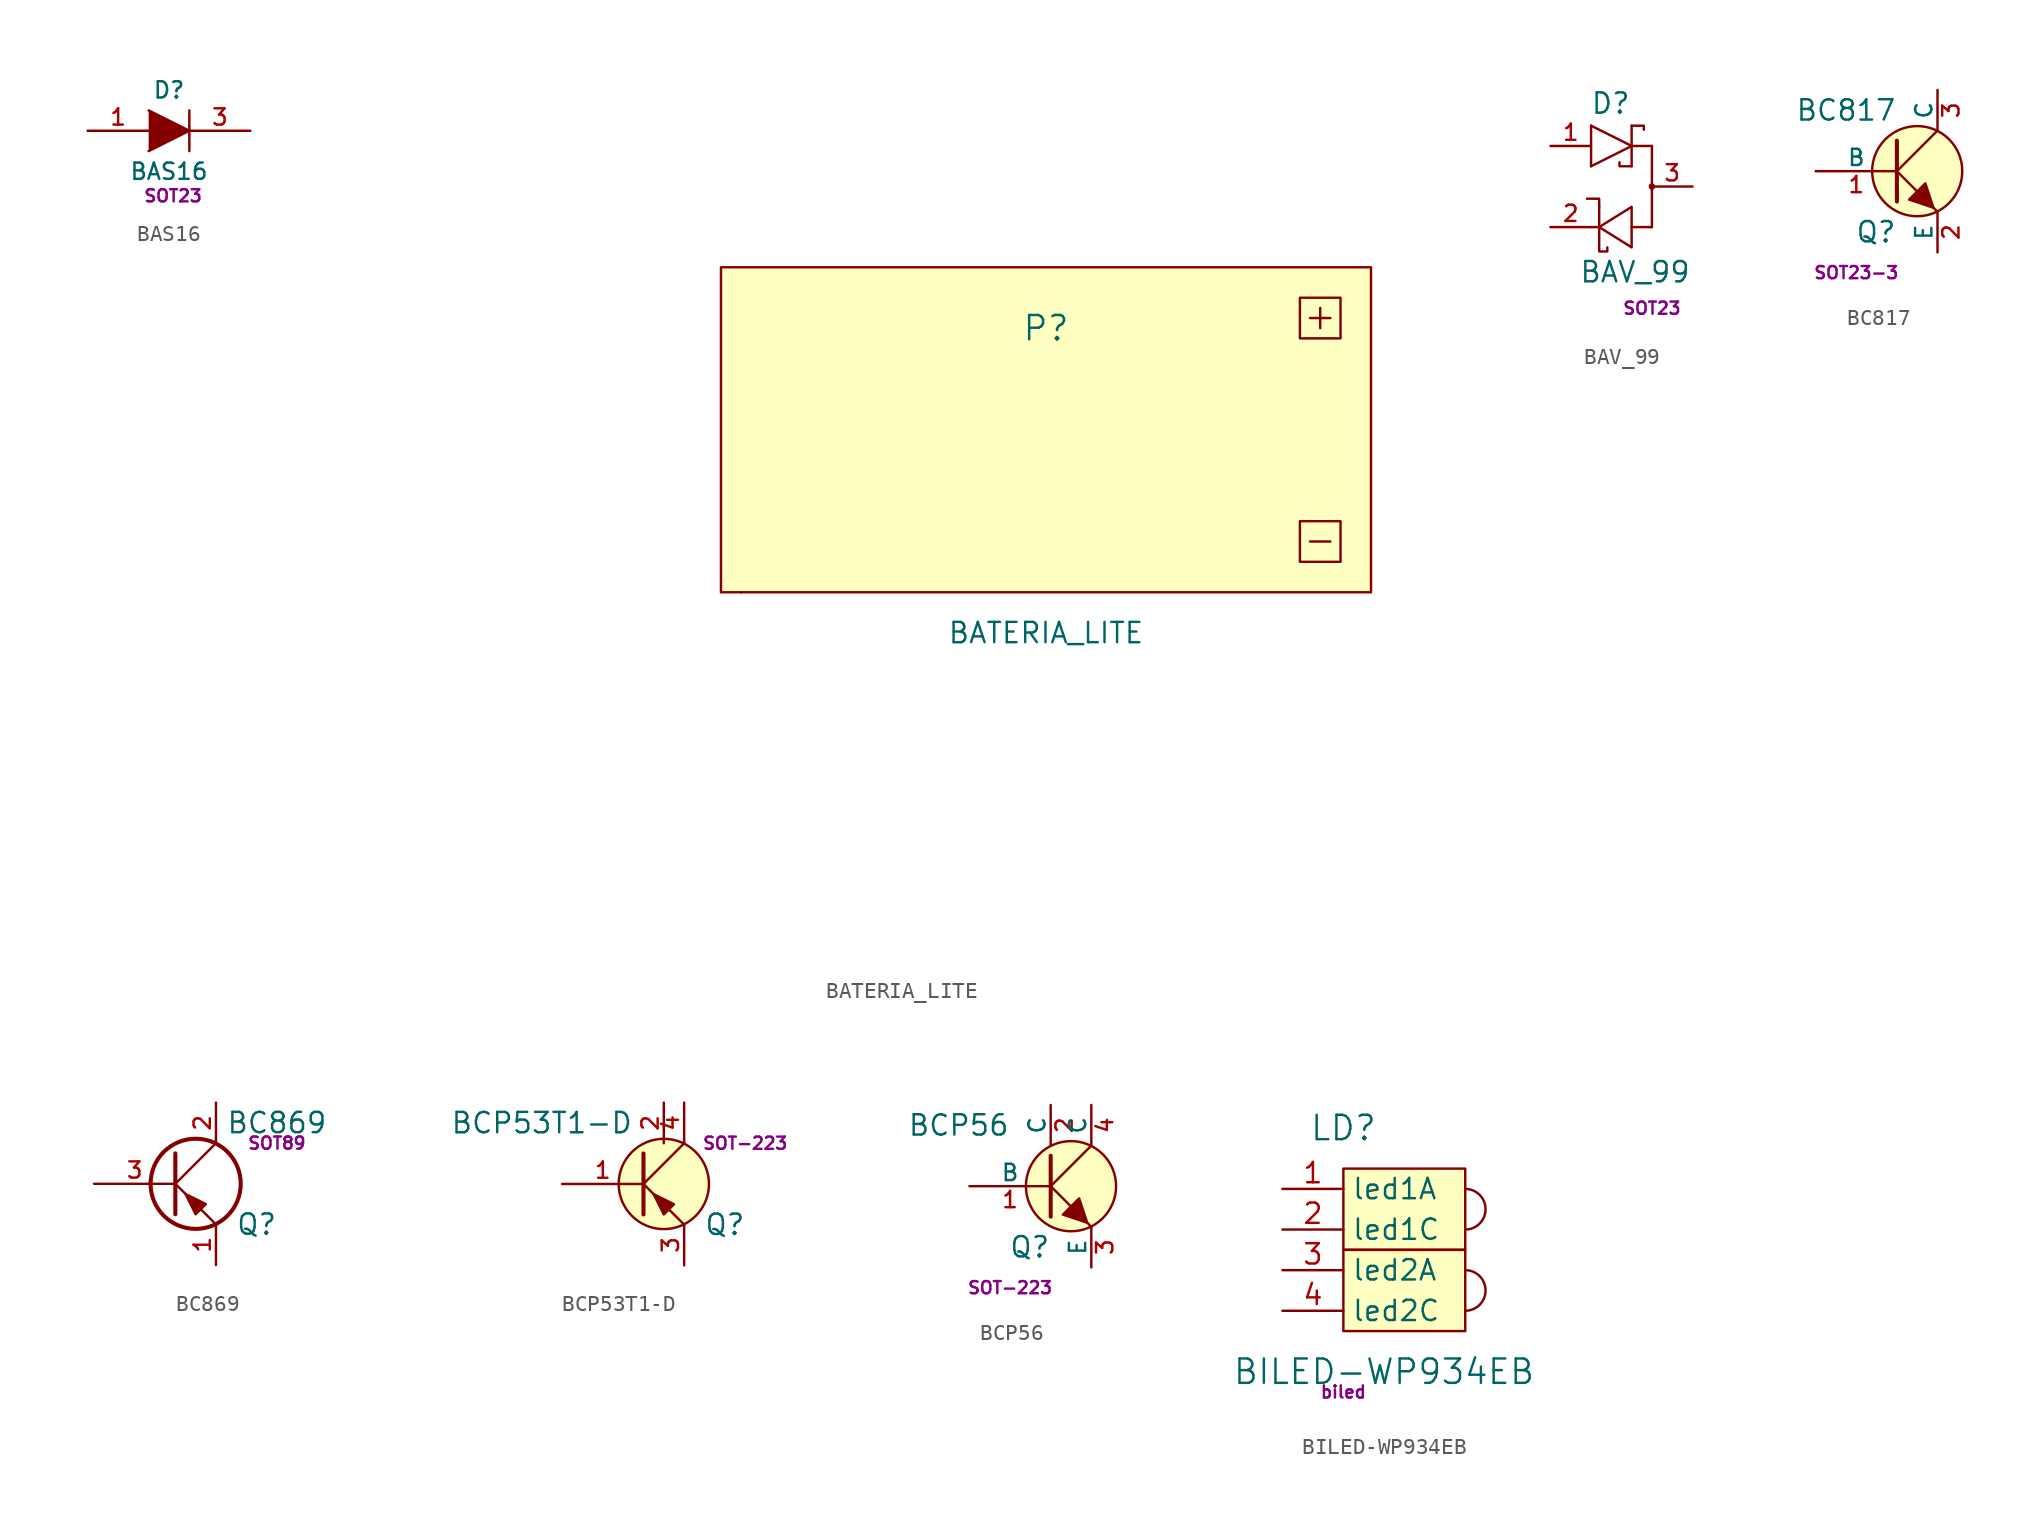
<source format=kicad_sym>
(kicad_symbol_lib
  (version 20220914)
  (generator kicad_symbol_editor)
  (symbol "BAS16"
    (pin_names
      (offset 1.016) hide)
    (property "Reference" "D"
      (at 0 2.54 0)
      (effects (font (size 1.016 1.016))))
    (property "Value" "BAS16"
      (at 0 -2.54 0)
      (effects (font (size 1.016 1.016))))
    (property "Footprint" "SOT23"
      (at 0.254 -4.064 0)
      (effects (font (size 0.762 0.762))))
    (property "Datasheet" ""
      (at 0 0 0)
      (effects (font (size 1.524 1.524))))
    (symbol "BAS16_0_1"
      (polyline (pts (xy 1.27 1.27) (xy 1.27 -1.27)) (stroke (width 0.152) (type default)) (fill (type none)))
      (polyline (pts (xy -1.27 1.27) (xy 1.27 0) (xy -1.27 -1.27)) (stroke (width 0) (type default)) (fill (type outline))))
    (symbol "BAS16_1_1"
      (pin passive line (at -5.08 0 0) (length 3.81) (name "A" (effects (font (size 1.016 1.016)))) (number "1" (effects (font (size 1.016 1.016)))))
      (pin passive line (at 5.08 0 180) (length 3.81) (name "K" (effects (font (size 1.016 1.016)))) (number "3" (effects (font (size 1.016 1.016)))))))
  (symbol "BATERIA_LITE"
    (pin_names
      (offset 0.254))
    (property "Reference" "P"
      (at 0 6.35 0)
      (effects (font (size 1.524 1.524))))
    (property "Value" "BATERIA_LITE"
      (at 0 -12.7 0)
      (effects (font (size 1.27 1.27))))
    (property "Footprint" ""
      (at -1.27 -29.21 0)
      (effects (font (size 0.762 0.762))))
    (property "Datasheet" ""
      (at -38.1 17.78 0)
      (effects (font (size 1.524 1.524))))
    (symbol "BATERIA_LITE_0_1"
      (rectangle (start -20.32 10.16) (end 20.32 -10.16) (stroke (width 0) (type default)) (fill (type background)))
      (rectangle (start -19.05 -10.16) (end -19.05 -10.16) (stroke (width 0) (type default)) (fill (type none)))
      (polyline (pts (xy 16.51 -6.985) (xy 17.78 -6.985)) (stroke (width 0) (type default)) (fill (type none)))
      (polyline (pts (xy 16.51 6.985) (xy 17.78 6.985)) (stroke (width 0) (type default)) (fill (type none)))
      (polyline (pts (xy 17.145 7.62) (xy 17.145 6.35)) (stroke (width 0) (type default)) (fill (type none)))
      (rectangle (start 15.875 -5.715) (end 18.415 -8.255) (stroke (width 0) (type default)) (fill (type none)))
      (rectangle (start 15.875 8.255) (end 18.415 5.715) (stroke (width 0) (type default)) (fill (type none)))))
  (symbol "BAV_99"
    (pin_names
      (offset 1.016))
    (property "Reference" "D"
      (at -1.321 5.207 0)
      (effects (font (size 1.27 1.27)) (justify left)))
    (property "Value" "BAV_99"
      (at -2.032 -6.096 0)
      (effects (font (size 1.27 1.27)) (justify left bottom)))
    (property "Footprint" "SOT23"
      (at 2.54 -7.62 0)
      (effects (font (size 0.762 0.762))))
    (property "Datasheet" ""
      (at 0 0 0)
      (effects (font (size 1.524 1.524))))
    (symbol "BAV_99_0_1"
      (polyline (pts (xy -1.27 -2.54) (xy -0.762 -2.54) (xy -0.762 -2.54)) (stroke (width 0) (type default)) (fill (type none)))
      (polyline (pts (xy 1.27 2.54) (xy 2.54 2.54) (xy 2.54 2.54)) (stroke (width 0) (type default)) (fill (type none)))
      (polyline (pts (xy -0.762 -1.27) (xy -0.762 -0.762) (xy -1.524 -0.762) (xy -1.524 -0.762)) (stroke (width 0) (type default)) (fill (type none)))
      (polyline (pts (xy 1.27 3.81) (xy 2.032 3.81) (xy 2.032 3.556) (xy 2.032 3.556)) (stroke (width 0) (type default)) (fill (type none)))
      (polyline (pts (xy -0.762 -1.27) (xy -0.762 -4.064) (xy -0.254 -4.064) (xy -0.254 -3.81) (xy -0.254 -3.81)) (stroke (width 0) (type default)) (fill (type none)))
      (polyline (pts (xy 1.27 1.27) (xy 0.508 1.27) (xy 0.508 1.524) (xy 0.508 1.524) (xy 0.508 1.524)) (stroke (width 0) (type default)) (fill (type none)))
      (polyline (pts (xy -0.762 -2.54) (xy 1.27 -1.27) (xy 1.27 -3.81) (xy -0.762 -2.54) (xy -0.762 -2.54) (xy -0.762 -2.54)) (stroke (width 0) (type default)) (fill (type none))))
    (symbol "BAV_99_1_0"
      (polyline (pts (xy -1.27 1.27) (xy 1.27 2.54)) (stroke (width 0) (type default)) (fill (type none)))
      (polyline (pts (xy -1.27 3.81) (xy -1.27 1.27)) (stroke (width 0) (type default)) (fill (type none)))
      (polyline (pts (xy 1.27 2.54) (xy -1.27 3.81)) (stroke (width 0) (type default)) (fill (type none)))
      (polyline (pts (xy 1.27 2.54) (xy 1.27 1.27)) (stroke (width 0) (type default)) (fill (type none)))
      (polyline (pts (xy 1.27 3.81) (xy 1.27 2.54)) (stroke (width 0) (type default)) (fill (type none)))
      (polyline (pts (xy 2.54 -2.54) (xy 1.27 -2.54)) (stroke (width 0) (type default)) (fill (type none)))
      (polyline (pts (xy 2.54 -2.54) (xy 2.54 2.54)) (stroke (width 0) (type default)) (fill (type none))))
    (symbol "BAV_99_1_1"
      (circle (center 2.54 0) (radius 0.127) (stroke (width 0) (type default)) (fill (type outline)))
      (pin passive line (at -3.81 2.54 0) (length 2.54) (name "~" (effects (font (size 1.016 1.016)))) (number "1" (effects (font (size 1.016 1.016)))))
      (pin passive line (at -3.81 -2.54 0) (length 2.54) (name "~" (effects (font (size 1.016 1.016)))) (number "2" (effects (font (size 1.016 1.016)))))
      (pin passive line (at 5.08 0 180) (length 2.54) (name "~" (effects (font (size 1.016 1.016)))) (number "3" (effects (font (size 1.016 1.016)))))))
  (symbol "BC817"
    (pin_names
      (offset 0))
    (property "Reference" "Q"
      (at 0 -3.81 0)
      (effects (font (size 1.27 1.27)) (justify right)))
    (property "Value" "BC817"
      (at 0 3.81 0)
      (effects (font (size 1.27 1.27)) (justify right)))
    (property "Footprint" "SOT23-3"
      (at -2.54 -6.35 0)
      (effects (font (size 0.762 0.762))))
    (property "Datasheet" ""
      (at 0 0 0)
      (effects (font (size 1.524 1.524))))
    (symbol "BC817_0_1"
      (polyline (pts (xy 0 0) (xy 2.54 2.54)) (stroke (width 0) (type default)) (fill (type none)))
      (polyline (pts (xy 0 1.905) (xy 0 -1.905) (xy 0 -1.905)) (stroke (width 0.254) (type default)) (fill (type none)))
      (polyline (pts (xy 1.27 -1.27) (xy 0 0) (xy 0 0)) (stroke (width 0) (type default)) (fill (type none)))
      (polyline (pts (xy 2.286 -2.286) (xy 2.54 -2.54) (xy 2.54 -2.54)) (stroke (width 0) (type default)) (fill (type none)))
      (polyline (pts (xy 2.286 -2.286) (xy 1.778 -0.762) (xy 0.762 -1.778) (xy 2.286 -2.286) (xy 2.286 -2.286)) (stroke (width 0) (type default)) (fill (type outline)))
      (circle (center 1.27 0) (radius 2.819) (stroke (width 0) (type default)) (fill (type background))))
    (symbol "BC817_1_1"
      (pin input line (at -5.08 0 0) (length 5.08) (name "B" (effects (font (size 1.016 1.016)))) (number "1" (effects (font (size 1.016 1.016)))))
      (pin passive line (at 2.54 -5.08 90) (length 2.54) (name "E" (effects (font (size 1.016 1.016)))) (number "2" (effects (font (size 1.016 1.016)))))
      (pin passive line (at 2.54 5.08 270) (length 2.54) (name "C" (effects (font (size 1.016 1.016)))) (number "3" (effects (font (size 1.016 1.016)))))))
  (symbol "BC869"
    (pin_names
      (offset 1.016) hide)
    (property "Reference" "Q"
      (at 5.08 -2.54 0)
      (effects (font (size 1.27 1.27))))
    (property "Value" "BC869"
      (at 6.35 3.81 0)
      (effects (font (size 1.27 1.27))))
    (property "Footprint" "SOT89"
      (at 6.35 2.54 0)
      (effects (font (size 0.762 0.762))))
    (property "Datasheet" ""
      (at 0 0 0)
      (effects (font (size 1.524 1.524))))
    (symbol "BC869_0_1"
      (polyline (pts (xy 0 0) (xy 2.54 2.54)) (stroke (width 0) (type default)) (fill (type none)))
      (polyline (pts (xy 0 1.905) (xy 0 -1.905) (xy 0 -1.905)) (stroke (width 0.254) (type default)) (fill (type outline)))
      (polyline (pts (xy 0.635 -0.635) (xy 0 0) (xy 0 0)) (stroke (width 0) (type default)) (fill (type none)))
      (polyline (pts (xy 2.54 -2.54) (xy 1.651 -1.651) (xy 1.651 -1.651)) (stroke (width 0) (type default)) (fill (type none)))
      (polyline (pts (xy 0.635 -0.635) (xy 1.27 -1.905) (xy 1.905 -1.27) (xy 0.635 -0.635) (xy 0.635 -0.635)) (stroke (width 0) (type default)) (fill (type outline)))
      (circle (center 1.27 0) (radius 2.819) (stroke (width 0.254) (type default)) (fill (type none))))
    (symbol "BC869_1_1"
      (pin passive line (at 2.54 -5.08 90) (length 2.54) (name "E" (effects (font (size 1.016 1.016)))) (number "1" (effects (font (size 1.016 1.016)))))
      (pin passive line (at 2.54 5.08 270) (length 2.54) (name "C" (effects (font (size 1.016 1.016)))) (number "2" (effects (font (size 1.016 1.016)))))
      (pin input line (at -5.08 0 0) (length 5.08) (name "B" (effects (font (size 1.016 1.016)))) (number "3" (effects (font (size 1.016 1.016)))))))
  (symbol "BCP53T1-D"
    (pin_names
      (offset 1.016) hide)
    (property "Reference" "Q"
      (at 5.08 -2.54 0)
      (effects (font (size 1.27 1.27))))
    (property "Value" "BCP53T1-D"
      (at -6.35 3.81 0)
      (effects (font (size 1.27 1.27))))
    (property "Footprint" "SOT-223"
      (at 6.35 2.54 0)
      (effects (font (size 0.762 0.762))))
    (property "Datasheet" ""
      (at 0 0 0)
      (effects (font (size 1.524 1.524))))
    (symbol "BCP53T1-D_0_1"
      (polyline (pts (xy 0 0) (xy 2.54 2.54)) (stroke (width 0) (type default)) (fill (type none)))
      (polyline (pts (xy 0 1.905) (xy 0 -1.905) (xy 0 -1.905)) (stroke (width 0.254) (type default)) (fill (type outline)))
      (polyline (pts (xy 0.635 -0.635) (xy 0 0) (xy 0 0)) (stroke (width 0) (type default)) (fill (type none)))
      (polyline (pts (xy 2.54 -2.54) (xy 1.651 -1.651) (xy 1.651 -1.651)) (stroke (width 0) (type default)) (fill (type none)))
      (polyline (pts (xy 0.635 -0.635) (xy 1.27 -1.905) (xy 1.905 -1.27) (xy 0.635 -0.635) (xy 0.635 -0.635)) (stroke (width 0) (type default)) (fill (type outline)))
      (circle (center 1.27 0) (radius 2.819) (stroke (width 0) (type default)) (fill (type background))))
    (symbol "BCP53T1-D_1_1"
      (pin input line (at -5.08 0 0) (length 5.08) (name "B" (effects (font (size 1.016 1.016)))) (number "1" (effects (font (size 1.016 1.016)))))
      (pin passive line (at 1.27 5.08 270) (length 2.54) (name "C" (effects (font (size 1.016 1.016)))) (number "2" (effects (font (size 1.016 1.016)))))
      (pin passive line (at 2.54 -5.08 90) (length 2.54) (name "E" (effects (font (size 1.016 1.016)))) (number "3" (effects (font (size 1.016 1.016)))))
      (pin passive line (at 2.54 5.08 270) (length 2.54) (name "C" (effects (font (size 1.016 1.016)))) (number "4" (effects (font (size 1.016 1.016)))))))
  (symbol "BCP56"
    (pin_names
      (offset 0))
    (property "Reference" "Q"
      (at 0 -3.81 0)
      (effects (font (size 1.27 1.27)) (justify right)))
    (property "Value" "BCP56"
      (at -2.54 3.81 0)
      (effects (font (size 1.27 1.27)) (justify right)))
    (property "Footprint" "SOT-223"
      (at -2.54 -6.35 0)
      (effects (font (size 0.762 0.762))))
    (property "Datasheet" ""
      (at 0 0 0)
      (effects (font (size 1.524 1.524))))
    (symbol "BCP56_0_1"
      (polyline (pts (xy 0 0) (xy 2.54 2.54)) (stroke (width 0) (type default)) (fill (type none)))
      (polyline (pts (xy 0 1.905) (xy 0 -1.905) (xy 0 -1.905)) (stroke (width 0.254) (type default)) (fill (type none)))
      (polyline (pts (xy 1.27 -1.27) (xy 0 0) (xy 0 0)) (stroke (width 0) (type default)) (fill (type none)))
      (polyline (pts (xy 2.286 -2.286) (xy 2.54 -2.54) (xy 2.54 -2.54)) (stroke (width 0) (type default)) (fill (type none)))
      (polyline (pts (xy 2.286 -2.286) (xy 1.778 -0.762) (xy 0.762 -1.778) (xy 2.286 -2.286) (xy 2.286 -2.286)) (stroke (width 0) (type default)) (fill (type outline)))
      (circle (center 1.27 0) (radius 2.819) (stroke (width 0) (type default)) (fill (type background))))
    (symbol "BCP56_1_1"
      (pin input line (at -5.08 0 0) (length 5.08) (name "B" (effects (font (size 1.016 1.016)))) (number "1" (effects (font (size 1.016 1.016)))))
      (pin passive line (at 0 5.08 270) (length 2.54) (name "C" (effects (font (size 1.016 1.016)))) (number "2" (effects (font (size 1.016 1.016)))))
      (pin passive line (at 2.54 -5.08 90) (length 2.54) (name "E" (effects (font (size 1.016 1.016)))) (number "3" (effects (font (size 1.016 1.016)))))
      (pin passive line (at 2.54 5.08 270) (length 2.54) (name "C" (effects (font (size 1.016 1.016)))) (number "4" (effects (font (size 1.016 1.016)))))))
  (symbol "BILED-WP934EB"
    (property "Reference" "LD"
      (at 0 7.62 0)
      (effects (font (size 1.524 1.524))))
    (property "Value" "BILED-WP934EB"
      (at 2.54 -7.62 0)
      (effects (font (size 1.524 1.524))))
    (property "Footprint" "biled"
      (at 0 -8.89 0)
      (effects (font (size 0.762 0.762))))
    (property "Datasheet" ""
      (at 0 0 0)
      (effects (font (size 1.524 1.524))))
    (symbol "BILED-WP934EB_0_1"
      (rectangle (start 0 0) (end 7.62 -5.08) (stroke (width 0) (type default)) (fill (type background)))
      (rectangle (start 0 5.08) (end 7.62 0) (stroke (width 0) (type default)) (fill (type background)))
      (arc (start 7.62 -3.81) (mid 8.8845 -2.54) (end 7.62 -1.27) (stroke (width 0) (type default)) (fill (type none)))
      (arc (start 7.62 1.27) (mid 8.8845 2.54) (end 7.62 3.81) (stroke (width 0) (type default)) (fill (type none))))
    (symbol "BILED-WP934EB_1_1"
      (pin input line (at -3.81 3.81 0) (length 3.81) (name "led1A" (effects (font (size 1.27 1.27)))) (number "1" (effects (font (size 1.27 1.27)))))
      (pin input line (at -3.81 1.27 0) (length 3.81) (name "led1C" (effects (font (size 1.27 1.27)))) (number "2" (effects (font (size 1.27 1.27)))))
      (pin input line (at -3.81 -1.27 0) (length 3.81) (name "led2A" (effects (font (size 1.27 1.27)))) (number "3" (effects (font (size 1.27 1.27)))))
      (pin input line (at -3.81 -3.81 0) (length 3.81) (name "led2C" (effects (font (size 1.27 1.27)))) (number "4" (effects (font (size 1.27 1.27))))))))
</source>
